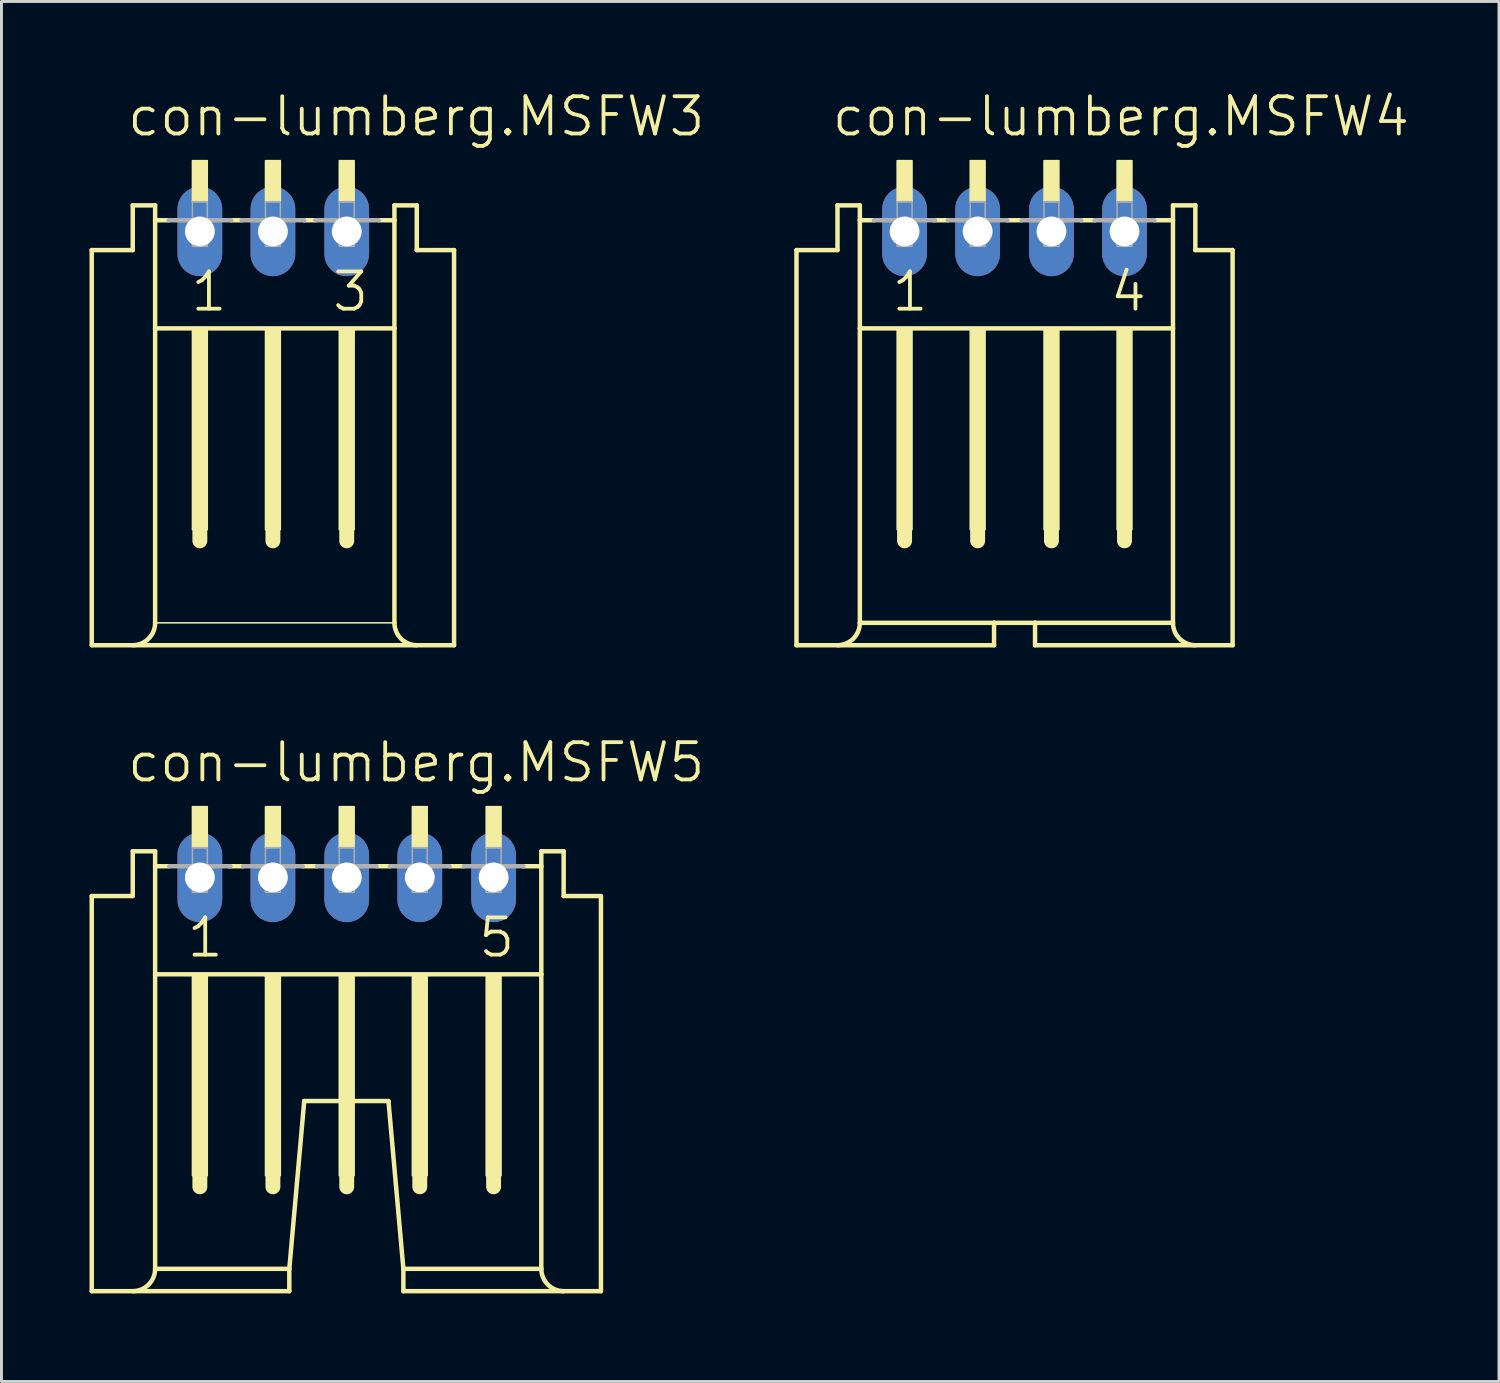
<source format=kicad_pcb>
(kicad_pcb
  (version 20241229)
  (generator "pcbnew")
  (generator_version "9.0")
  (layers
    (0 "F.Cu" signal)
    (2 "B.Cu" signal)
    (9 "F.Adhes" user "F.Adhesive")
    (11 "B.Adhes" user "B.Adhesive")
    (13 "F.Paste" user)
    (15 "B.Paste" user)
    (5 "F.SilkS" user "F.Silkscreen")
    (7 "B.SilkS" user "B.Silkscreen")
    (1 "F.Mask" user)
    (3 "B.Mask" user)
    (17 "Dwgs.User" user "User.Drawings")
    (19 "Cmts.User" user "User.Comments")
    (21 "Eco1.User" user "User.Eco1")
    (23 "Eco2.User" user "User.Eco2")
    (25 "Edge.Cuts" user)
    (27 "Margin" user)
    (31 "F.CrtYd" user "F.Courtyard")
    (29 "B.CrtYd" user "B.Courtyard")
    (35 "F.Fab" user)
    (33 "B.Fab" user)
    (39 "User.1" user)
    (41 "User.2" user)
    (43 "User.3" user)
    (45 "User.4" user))
  (footprint "con-lumberg.MSFW3"
    (layer "F.Cu")
    (at 3.759 6.74)
    (property "Reference" "con-lumberg.MSFW3" (at -2.54 -5.08 0) (layer "F.SilkS") (effects (font (size 1.27 1.27) (thickness 0.13)) (justify left bottom)))
    (attr through_hole)
    (fp_line (start -3.683 12.192) (end -3.683 -1.27) (stroke (width 0.152) (type default)) (layer "F.SilkS"))
    (fp_line (start -3.683 12.192) (end 8.661 12.192) (stroke (width 0.152) (type default)) (layer "F.SilkS"))
    (fp_line (start -2.286 -1.27) (end -3.683 -1.27) (stroke (width 0.152) (type default)) (layer "F.SilkS"))
    (fp_line (start -2.286 -1.27) (end -2.286 -2.794) (stroke (width 0.152) (type default)) (layer "F.SilkS"))
    (fp_line (start -1.524 -2.794) (end -2.286 -2.794) (stroke (width 0.152) (type default)) (layer "F.SilkS"))
    (fp_line (start -1.524 -2.286) (end -1.524 -2.794) (stroke (width 0.152) (type default)) (layer "F.SilkS"))
    (fp_line (start -1.524 1.397) (end -1.524 -2.286) (stroke (width 0.152) (type default)) (layer "F.SilkS"))
    (fp_line (start -1.524 11.43) (end -1.524 1.397) (stroke (width 0.152) (type default)) (layer "F.SilkS"))
    (fp_line (start -1.524 11.43) (end 6.629 11.43) (stroke (width 0.051) (type default)) (layer "F.SilkS"))
    (fp_line (start -1.067 -2.286) (end -1.524 -2.286) (stroke (width 0.152) (type default)) (layer "F.SilkS"))
    (fp_line (start 0 8.001) (end 0 8.636) (stroke (width 0.508) (type default)) (layer "F.SilkS"))
    (fp_line (start 1.422 -2.286) (end 1.067 -2.286) (stroke (width 0.152) (type default)) (layer "F.SilkS"))
    (fp_line (start 2.489 8.001) (end 2.489 8.636) (stroke (width 0.508) (type default)) (layer "F.SilkS"))
    (fp_line (start 3.937 -2.286) (end 3.556 -2.286) (stroke (width 0.152) (type default)) (layer "F.SilkS"))
    (fp_line (start 5.004 8.001) (end 5.004 8.636) (stroke (width 0.508) (type default)) (layer "F.SilkS"))
    (fp_line (start 6.629 -2.794) (end 6.629 -2.286) (stroke (width 0.152) (type default)) (layer "F.SilkS"))
    (fp_line (start 6.629 -2.286) (end 6.096 -2.286) (stroke (width 0.152) (type default)) (layer "F.SilkS"))
    (fp_line (start 6.629 -2.286) (end 6.629 1.397) (stroke (width 0.152) (type default)) (layer "F.SilkS"))
    (fp_line (start 6.629 1.397) (end -1.524 1.397) (stroke (width 0.152) (type default)) (layer "F.SilkS"))
    (fp_line (start 6.629 1.397) (end 6.629 11.43) (stroke (width 0.152) (type default)) (layer "F.SilkS"))
    (fp_line (start 7.391 -2.794) (end 6.629 -2.794) (stroke (width 0.152) (type default)) (layer "F.SilkS"))
    (fp_line (start 7.391 -2.794) (end 7.391 -1.27) (stroke (width 0.152) (type default)) (layer "F.SilkS"))
    (fp_line (start 8.661 -1.27) (end 7.391 -1.27) (stroke (width 0.152) (type default)) (layer "F.SilkS"))
    (fp_line (start 8.661 -1.27) (end 8.661 12.192) (stroke (width 0.152) (type default)) (layer "F.SilkS"))
    (fp_rect (start -0.254 -2.921) (end 0.254 -4.318) (stroke (width 0.05) (type default)) (fill yes) (layer "F.SilkS"))
    (fp_rect (start -0.254 8.255) (end 0.254 1.397) (stroke (width 0.05) (type default)) (fill yes) (layer "F.SilkS"))
    (fp_rect (start 2.235 -2.921) (end 2.743 -4.318) (stroke (width 0.05) (type default)) (fill yes) (layer "F.SilkS"))
    (fp_rect (start 2.235 8.255) (end 2.743 1.397) (stroke (width 0.05) (type default)) (fill yes) (layer "F.SilkS"))
    (fp_rect (start 4.75 -2.921) (end 5.258 -4.318) (stroke (width 0.05) (type default)) (fill yes) (layer "F.SilkS"))
    (fp_rect (start 4.75 8.255) (end 5.258 1.397) (stroke (width 0.05) (type default)) (fill yes) (layer "F.SilkS"))
    (fp_arc (start -1.524 11.43) (mid -1.747185 11.968815) (end -2.286 12.192) (stroke (width 0.1524) (type default)) (layer "F.SilkS"))
    (fp_arc (start 7.3914 12.192) (mid 6.852585 11.968815) (end 6.6294 11.43) (stroke (width 0.1524) (type default)) (layer "F.SilkS"))
    (fp_line (start -1.067 -2.286) (end 1.067 -2.286) (stroke (width 0.152) (type default)) (layer "F.Fab"))
    (fp_line (start 1.422 -2.286) (end 3.556 -2.286) (stroke (width 0.152) (type default)) (layer "F.Fab"))
    (fp_line (start 3.937 -2.286) (end 6.096 -2.286) (stroke (width 0.152) (type default)) (layer "F.Fab"))
    (fp_rect (start -0.254 -1.397) (end 0.254 -2.921) (stroke (width 0.05) (type default)) (fill no) (layer "F.Fab"))
    (fp_rect (start 2.235 -1.397) (end 2.743 -2.921) (stroke (width 0.05) (type default)) (fill no) (layer "F.Fab"))
    (fp_rect (start 4.75 -1.397) (end 5.258 -2.921) (stroke (width 0.05) (type default)) (fill no) (layer "F.Fab"))
    (fp_text user "1" (at -0.381 0.889 0) (layer "F.SilkS") (effects (font (size 1.27 1.27) (thickness 0.13)) (justify left bottom)))
    (fp_text user "3" (at 4.445 0.889 0) (layer "F.SilkS") (effects (font (size 1.27 1.27) (thickness 0.13)) (justify left bottom)))
    (pad "1" thru_hole oval (at 0 -1.905 90) (size 3.048 1.524) (drill 1.016) (layers "*.Cu" "*.Mask"))
    (pad "2" thru_hole oval (at 2.489 -1.905 90) (size 3.048 1.524) (drill 1.016) (layers "*.Cu" "*.Mask"))
    (pad "3" thru_hole oval (at 5.004 -1.905 90) (size 3.048 1.524) (drill 1.016) (layers "*.Cu" "*.Mask")))
  (footprint "con-lumberg.MSFW4"
    (layer "F.Cu")
    (at 27.769 6.74)
    (property "Reference" "con-lumberg.MSFW4" (at -2.54 -5.08 0) (layer "F.SilkS") (effects (font (size 1.27 1.27) (thickness 0.13)) (justify left bottom)))
    (attr through_hole)
    (fp_line (start -3.683 12.192) (end -3.683 -1.27) (stroke (width 0.152) (type default)) (layer "F.SilkS"))
    (fp_line (start -3.683 12.192) (end 3.048 12.192) (stroke (width 0.152) (type default)) (layer "F.SilkS"))
    (fp_line (start -2.286 -1.27) (end -3.683 -1.27) (stroke (width 0.152) (type default)) (layer "F.SilkS"))
    (fp_line (start -2.286 -1.27) (end -2.286 -2.794) (stroke (width 0.152) (type default)) (layer "F.SilkS"))
    (fp_line (start -1.524 -2.794) (end -2.286 -2.794) (stroke (width 0.152) (type default)) (layer "F.SilkS"))
    (fp_line (start -1.524 -2.286) (end -1.524 -2.794) (stroke (width 0.152) (type default)) (layer "F.SilkS"))
    (fp_line (start -1.524 1.397) (end -1.524 -2.286) (stroke (width 0.152) (type default)) (layer "F.SilkS"))
    (fp_line (start -1.524 11.43) (end -1.524 1.397) (stroke (width 0.152) (type default)) (layer "F.SilkS"))
    (fp_line (start -1.524 11.43) (end 3.048 11.43) (stroke (width 0.152) (type default)) (layer "F.SilkS"))
    (fp_line (start -1.041 -2.286) (end -1.524 -2.286) (stroke (width 0.152) (type default)) (layer "F.SilkS"))
    (fp_line (start 0 8.001) (end 0 8.636) (stroke (width 0.508) (type default)) (layer "F.SilkS"))
    (fp_line (start 1.473 -2.286) (end 0.991 -2.286) (stroke (width 0.152) (type default)) (layer "F.SilkS"))
    (fp_line (start 2.489 8.001) (end 2.489 8.636) (stroke (width 0.508) (type default)) (layer "F.SilkS"))
    (fp_line (start 3.048 11.43) (end 4.445 11.43) (stroke (width 0.152) (type default)) (layer "F.SilkS"))
    (fp_line (start 3.048 12.192) (end 3.048 11.43) (stroke (width 0.152) (type default)) (layer "F.SilkS"))
    (fp_line (start 3.988 -2.286) (end 3.505 -2.286) (stroke (width 0.152) (type default)) (layer "F.SilkS"))
    (fp_line (start 4.445 12.192) (end 4.445 11.43) (stroke (width 0.152) (type default)) (layer "F.SilkS"))
    (fp_line (start 4.445 12.192) (end 11.176 12.192) (stroke (width 0.152) (type default)) (layer "F.SilkS"))
    (fp_line (start 5.004 8.001) (end 5.004 8.636) (stroke (width 0.508) (type default)) (layer "F.SilkS"))
    (fp_line (start 6.477 -2.286) (end 6.02 -2.286) (stroke (width 0.152) (type default)) (layer "F.SilkS"))
    (fp_line (start 7.493 8.001) (end 7.493 8.636) (stroke (width 0.508) (type default)) (layer "F.SilkS"))
    (fp_line (start 9.144 -2.794) (end 9.144 -2.286) (stroke (width 0.152) (type default)) (layer "F.SilkS"))
    (fp_line (start 9.144 -2.286) (end 8.509 -2.286) (stroke (width 0.152) (type default)) (layer "F.SilkS"))
    (fp_line (start 9.144 -2.286) (end 9.144 1.397) (stroke (width 0.152) (type default)) (layer "F.SilkS"))
    (fp_line (start 9.144 1.397) (end -1.524 1.397) (stroke (width 0.152) (type default)) (layer "F.SilkS"))
    (fp_line (start 9.144 1.397) (end 9.144 11.43) (stroke (width 0.152) (type default)) (layer "F.SilkS"))
    (fp_line (start 9.144 11.43) (end 4.445 11.43) (stroke (width 0.152) (type default)) (layer "F.SilkS"))
    (fp_line (start 9.906 -2.794) (end 9.144 -2.794) (stroke (width 0.152) (type default)) (layer "F.SilkS"))
    (fp_line (start 9.906 -2.794) (end 9.906 -1.27) (stroke (width 0.152) (type default)) (layer "F.SilkS"))
    (fp_line (start 11.176 -1.27) (end 9.906 -1.27) (stroke (width 0.152) (type default)) (layer "F.SilkS"))
    (fp_line (start 11.176 -1.27) (end 11.176 12.192) (stroke (width 0.152) (type default)) (layer "F.SilkS"))
    (fp_rect (start -0.254 -2.921) (end 0.254 -4.318) (stroke (width 0.05) (type default)) (fill yes) (layer "F.SilkS"))
    (fp_rect (start -0.254 8.255) (end 0.254 1.397) (stroke (width 0.05) (type default)) (fill yes) (layer "F.SilkS"))
    (fp_rect (start 2.235 -2.921) (end 2.743 -4.318) (stroke (width 0.05) (type default)) (fill yes) (layer "F.SilkS"))
    (fp_rect (start 2.235 8.255) (end 2.743 1.397) (stroke (width 0.05) (type default)) (fill yes) (layer "F.SilkS"))
    (fp_rect (start 4.75 -2.921) (end 5.258 -4.318) (stroke (width 0.05) (type default)) (fill yes) (layer "F.SilkS"))
    (fp_rect (start 4.75 8.255) (end 5.258 1.397) (stroke (width 0.05) (type default)) (fill yes) (layer "F.SilkS"))
    (fp_rect (start 7.239 -2.921) (end 7.747 -4.318) (stroke (width 0.05) (type default)) (fill yes) (layer "F.SilkS"))
    (fp_rect (start 7.239 8.255) (end 7.747 1.397) (stroke (width 0.05) (type default)) (fill yes) (layer "F.SilkS"))
    (fp_arc (start -1.524 11.43) (mid -1.747185 11.968815) (end -2.286 12.192) (stroke (width 0.1524) (type default)) (layer "F.SilkS"))
    (fp_arc (start 9.906 12.192) (mid 9.367185 11.968815) (end 9.144 11.43) (stroke (width 0.1524) (type default)) (layer "F.SilkS"))
    (fp_line (start -1.041 -2.286) (end 1.041 -2.286) (stroke (width 0.152) (type default)) (layer "F.Fab"))
    (fp_line (start 1.473 -2.286) (end 3.505 -2.286) (stroke (width 0.152) (type default)) (layer "F.Fab"))
    (fp_line (start 3.988 -2.286) (end 6.02 -2.286) (stroke (width 0.152) (type default)) (layer "F.Fab"))
    (fp_line (start 6.477 -2.286) (end 8.509 -2.286) (stroke (width 0.152) (type default)) (layer "F.Fab"))
    (fp_rect (start -0.254 -1.397) (end 0.254 -2.921) (stroke (width 0.05) (type default)) (fill no) (layer "F.Fab"))
    (fp_rect (start 2.235 -1.397) (end 2.743 -2.921) (stroke (width 0.05) (type default)) (fill no) (layer "F.Fab"))
    (fp_rect (start 4.75 -1.397) (end 5.258 -2.921) (stroke (width 0.05) (type default)) (fill no) (layer "F.Fab"))
    (fp_rect (start 7.239 -1.397) (end 7.747 -2.921) (stroke (width 0.05) (type default)) (fill no) (layer "F.Fab"))
    (fp_text user "1" (at -0.508 0.889 0) (layer "F.SilkS") (effects (font (size 1.27 1.27) (thickness 0.13)) (justify left bottom)))
    (fp_text user "4" (at 6.934 0.889 0) (layer "F.SilkS") (effects (font (size 1.27 1.27) (thickness 0.13)) (justify left bottom)))
    (pad "1" thru_hole oval (at 0 -1.905 90) (size 3.048 1.524) (drill 1.016) (layers "*.Cu" "*.Mask"))
    (pad "2" thru_hole oval (at 2.489 -1.905 90) (size 3.048 1.524) (drill 1.016) (layers "*.Cu" "*.Mask"))
    (pad "3" thru_hole oval (at 5.004 -1.905 90) (size 3.048 1.524) (drill 1.016) (layers "*.Cu" "*.Mask"))
    (pad "4" thru_hole oval (at 7.493 -1.905 90) (size 3.048 1.524) (drill 1.016) (layers "*.Cu" "*.Mask")))
  (footprint "con-lumberg.MSFW5"
    (layer "F.Cu")
    (at 3.759 28.748)
    (property "Reference" "con-lumberg.MSFW5" (at -2.54 -5.08 0) (layer "F.SilkS") (effects (font (size 1.27 1.27) (thickness 0.13)) (justify left bottom)))
    (attr through_hole)
    (fp_line (start -3.683 12.192) (end -3.683 -1.27) (stroke (width 0.152) (type default)) (layer "F.SilkS"))
    (fp_line (start -3.683 12.192) (end 3.048 12.192) (stroke (width 0.152) (type default)) (layer "F.SilkS"))
    (fp_line (start -2.286 -1.27) (end -3.683 -1.27) (stroke (width 0.152) (type default)) (layer "F.SilkS"))
    (fp_line (start -2.286 -1.27) (end -2.286 -2.794) (stroke (width 0.152) (type default)) (layer "F.SilkS"))
    (fp_line (start -1.524 -2.794) (end -2.286 -2.794) (stroke (width 0.152) (type default)) (layer "F.SilkS"))
    (fp_line (start -1.524 -2.286) (end -1.524 -2.794) (stroke (width 0.152) (type default)) (layer "F.SilkS"))
    (fp_line (start -1.524 1.397) (end -1.524 -2.286) (stroke (width 0.152) (type default)) (layer "F.SilkS"))
    (fp_line (start -1.524 11.43) (end -1.524 1.397) (stroke (width 0.152) (type default)) (layer "F.SilkS"))
    (fp_line (start -1.524 11.43) (end 3.048 11.43) (stroke (width 0.152) (type default)) (layer "F.SilkS"))
    (fp_line (start -1.041 -2.286) (end -1.524 -2.286) (stroke (width 0.152) (type default)) (layer "F.SilkS"))
    (fp_line (start 0 8.001) (end 0 8.636) (stroke (width 0.508) (type default)) (layer "F.SilkS"))
    (fp_line (start 1.473 -2.286) (end 0.991 -2.286) (stroke (width 0.152) (type default)) (layer "F.SilkS"))
    (fp_line (start 2.489 8.001) (end 2.489 8.636) (stroke (width 0.508) (type default)) (layer "F.SilkS"))
    (fp_line (start 3.048 11.43) (end 3.556 5.715) (stroke (width 0.152) (type default)) (layer "F.SilkS"))
    (fp_line (start 3.048 12.192) (end 3.048 11.43) (stroke (width 0.152) (type default)) (layer "F.SilkS"))
    (fp_line (start 3.556 5.715) (end 6.426 5.715) (stroke (width 0.152) (type default)) (layer "F.SilkS"))
    (fp_line (start 3.988 -2.286) (end 3.505 -2.286) (stroke (width 0.152) (type default)) (layer "F.SilkS"))
    (fp_line (start 5.004 8.001) (end 5.004 8.636) (stroke (width 0.508) (type default)) (layer "F.SilkS"))
    (fp_line (start 6.477 -2.286) (end 6.02 -2.286) (stroke (width 0.152) (type default)) (layer "F.SilkS"))
    (fp_line (start 6.934 11.43) (end 6.426 5.715) (stroke (width 0.152) (type default)) (layer "F.SilkS"))
    (fp_line (start 6.934 12.192) (end 6.934 11.43) (stroke (width 0.152) (type default)) (layer "F.SilkS"))
    (fp_line (start 6.934 12.192) (end 13.665 12.192) (stroke (width 0.152) (type default)) (layer "F.SilkS"))
    (fp_line (start 7.493 8.001) (end 7.493 8.636) (stroke (width 0.508) (type default)) (layer "F.SilkS"))
    (fp_line (start 8.992 -2.286) (end 8.509 -2.286) (stroke (width 0.152) (type default)) (layer "F.SilkS"))
    (fp_line (start 10.008 8.001) (end 10.008 8.636) (stroke (width 0.508) (type default)) (layer "F.SilkS"))
    (fp_line (start 11.633 -2.794) (end 11.633 -2.286) (stroke (width 0.152) (type default)) (layer "F.SilkS"))
    (fp_line (start 11.633 -2.286) (end 10.998 -2.286) (stroke (width 0.152) (type default)) (layer "F.SilkS"))
    (fp_line (start 11.633 -2.286) (end 11.633 1.397) (stroke (width 0.152) (type default)) (layer "F.SilkS"))
    (fp_line (start 11.633 1.397) (end -1.524 1.397) (stroke (width 0.152) (type default)) (layer "F.SilkS"))
    (fp_line (start 11.633 1.397) (end 11.633 11.43) (stroke (width 0.152) (type default)) (layer "F.SilkS"))
    (fp_line (start 11.633 11.43) (end 6.934 11.43) (stroke (width 0.152) (type default)) (layer "F.SilkS"))
    (fp_line (start 12.395 -2.794) (end 11.633 -2.794) (stroke (width 0.152) (type default)) (layer "F.SilkS"))
    (fp_line (start 12.395 -2.794) (end 12.395 -1.27) (stroke (width 0.152) (type default)) (layer "F.SilkS"))
    (fp_line (start 13.665 -1.27) (end 12.395 -1.27) (stroke (width 0.152) (type default)) (layer "F.SilkS"))
    (fp_line (start 13.665 -1.27) (end 13.665 12.192) (stroke (width 0.152) (type default)) (layer "F.SilkS"))
    (fp_rect (start -0.254 -2.921) (end 0.254 -4.318) (stroke (width 0.05) (type default)) (fill yes) (layer "F.SilkS"))
    (fp_rect (start -0.254 8.255) (end 0.254 1.397) (stroke (width 0.05) (type default)) (fill yes) (layer "F.SilkS"))
    (fp_rect (start 2.235 -2.921) (end 2.743 -4.318) (stroke (width 0.05) (type default)) (fill yes) (layer "F.SilkS"))
    (fp_rect (start 2.235 8.255) (end 2.743 1.397) (stroke (width 0.05) (type default)) (fill yes) (layer "F.SilkS"))
    (fp_rect (start 4.75 -2.921) (end 5.258 -4.318) (stroke (width 0.05) (type default)) (fill yes) (layer "F.SilkS"))
    (fp_rect (start 4.75 8.255) (end 5.258 1.397) (stroke (width 0.05) (type default)) (fill yes) (layer "F.SilkS"))
    (fp_rect (start 7.239 -2.921) (end 7.747 -4.318) (stroke (width 0.05) (type default)) (fill yes) (layer "F.SilkS"))
    (fp_rect (start 7.239 8.255) (end 7.747 1.397) (stroke (width 0.05) (type default)) (fill yes) (layer "F.SilkS"))
    (fp_rect (start 9.754 -2.921) (end 10.262 -4.318) (stroke (width 0.05) (type default)) (fill yes) (layer "F.SilkS"))
    (fp_rect (start 9.754 8.255) (end 10.262 1.397) (stroke (width 0.05) (type default)) (fill yes) (layer "F.SilkS"))
    (fp_arc (start -1.524 11.43) (mid -1.747185 11.968815) (end -2.286 12.192) (stroke (width 0.1524) (type default)) (layer "F.SilkS"))
    (fp_arc (start 12.3952 12.192) (mid 11.856385 11.968815) (end 11.6332 11.43) (stroke (width 0.1524) (type default)) (layer "F.SilkS"))
    (fp_line (start -1.041 -2.286) (end 1.041 -2.286) (stroke (width 0.152) (type default)) (layer "F.Fab"))
    (fp_line (start 1.473 -2.286) (end 3.505 -2.286) (stroke (width 0.152) (type default)) (layer "F.Fab"))
    (fp_line (start 3.988 -2.286) (end 6.02 -2.286) (stroke (width 0.152) (type default)) (layer "F.Fab"))
    (fp_line (start 6.477 -2.286) (end 8.509 -2.286) (stroke (width 0.152) (type default)) (layer "F.Fab"))
    (fp_line (start 8.992 -2.286) (end 11.024 -2.286) (stroke (width 0.152) (type default)) (layer "F.Fab"))
    (fp_rect (start -0.254 -1.397) (end 0.254 -2.921) (stroke (width 0.05) (type default)) (fill no) (layer "F.Fab"))
    (fp_rect (start 2.235 -1.397) (end 2.743 -2.921) (stroke (width 0.05) (type default)) (fill no) (layer "F.Fab"))
    (fp_rect (start 4.75 -1.397) (end 5.258 -2.921) (stroke (width 0.05) (type default)) (fill no) (layer "F.Fab"))
    (fp_rect (start 7.239 -1.397) (end 7.747 -2.921) (stroke (width 0.05) (type default)) (fill no) (layer "F.Fab"))
    (fp_rect (start 9.754 -1.397) (end 10.262 -2.921) (stroke (width 0.05) (type default)) (fill no) (layer "F.Fab"))
    (fp_text user "5" (at 9.423 0.889 0) (layer "F.SilkS") (effects (font (size 1.27 1.27) (thickness 0.13)) (justify left bottom)))
    (fp_text user "1" (at -0.508 0.889 0) (layer "F.SilkS") (effects (font (size 1.27 1.27) (thickness 0.13)) (justify left bottom)))
    (pad "1" thru_hole oval (at 0 -1.905 90) (size 3.048 1.524) (drill 1.016) (layers "*.Cu" "*.Mask"))
    (pad "2" thru_hole oval (at 2.489 -1.905 90) (size 3.048 1.524) (drill 1.016) (layers "*.Cu" "*.Mask"))
    (pad "3" thru_hole oval (at 5.004 -1.905 90) (size 3.048 1.524) (drill 1.016) (layers "*.Cu" "*.Mask"))
    (pad "4" thru_hole oval (at 7.493 -1.905 90) (size 3.048 1.524) (drill 1.016) (layers "*.Cu" "*.Mask"))
    (pad "5" thru_hole oval (at 10.008 -1.905 90) (size 3.048 1.524) (drill 1.016) (layers "*.Cu" "*.Mask")))
  (gr_rect
    (start -3 -3)
    (end 48.02 44.016)
    (stroke (width 0.1) (type default))
    (fill no)
    (layer "Edge.Cuts")))
</source>
